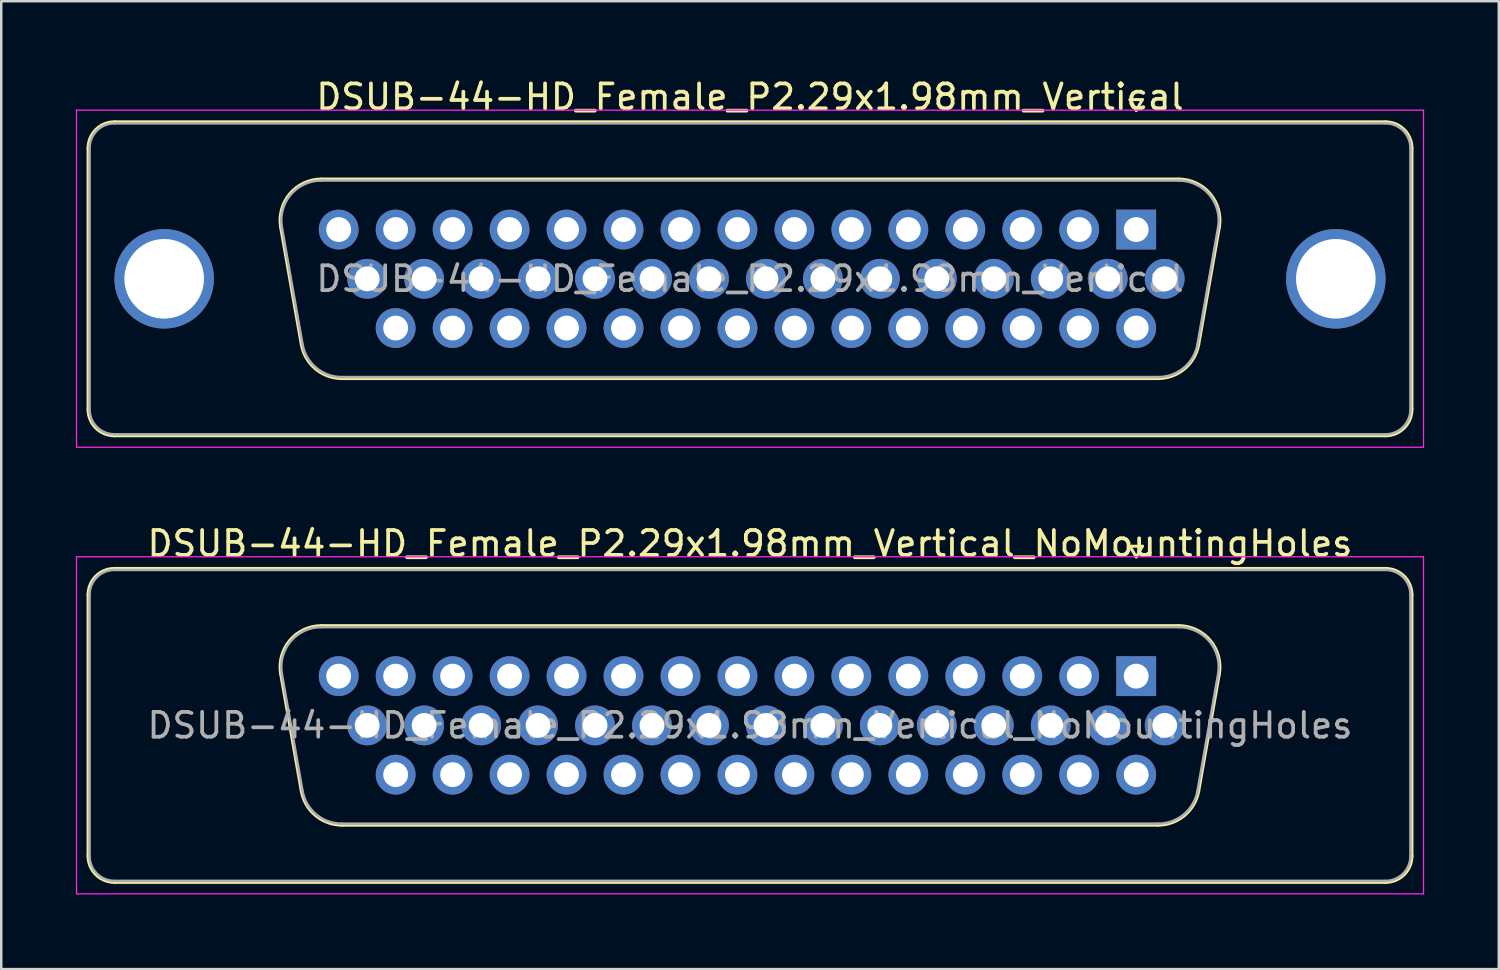
<source format=kicad_pcb>
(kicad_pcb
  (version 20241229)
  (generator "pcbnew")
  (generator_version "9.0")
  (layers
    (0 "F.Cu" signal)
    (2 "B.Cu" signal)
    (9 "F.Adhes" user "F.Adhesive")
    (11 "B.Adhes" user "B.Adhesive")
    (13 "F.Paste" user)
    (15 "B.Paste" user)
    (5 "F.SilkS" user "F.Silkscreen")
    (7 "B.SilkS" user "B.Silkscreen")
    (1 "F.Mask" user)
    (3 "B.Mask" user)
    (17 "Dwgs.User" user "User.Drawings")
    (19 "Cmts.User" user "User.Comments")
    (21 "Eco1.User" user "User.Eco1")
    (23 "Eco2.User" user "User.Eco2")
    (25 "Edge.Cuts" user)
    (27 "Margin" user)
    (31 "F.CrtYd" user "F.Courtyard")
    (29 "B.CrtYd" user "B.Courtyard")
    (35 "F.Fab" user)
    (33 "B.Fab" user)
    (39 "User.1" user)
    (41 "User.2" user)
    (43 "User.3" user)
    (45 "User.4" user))
  (footprint "DSUB-44-HD_Female_P2.29x1.98mm_Vertical"
    (layer "F.Cu")
    (at 42.625 6.178)
    (property "Reference" "DSUB-44-HD_Female_P2.29x1.98mm_Vertical" (at -15.525 -5.33 0) (layer "F.SilkS") (effects (font (size 1 1) (thickness 0.15))))
    (attr through_hole)
    (fp_line (start -42.135 7.23) (end -42.135 -3.27) (stroke (width 0.12) (type solid)) (layer "F.SilkS"))
    (fp_line (start -41.075 -4.33) (end 10.025 -4.33) (stroke (width 0.12) (type solid)) (layer "F.SilkS"))
    (fp_line (start -34.391 -0.082) (end -33.563 4.618) (stroke (width 0.12) (type solid)) (layer "F.SilkS"))
    (fp_line (start -32.757 -2.03) (end 1.707 -2.03) (stroke (width 0.12) (type solid)) (layer "F.SilkS"))
    (fp_line (start -31.928 5.99) (end 0.878 5.99) (stroke (width 0.12) (type solid)) (layer "F.SilkS"))
    (fp_line (start -0.25 -5.224) (end 0.25 -5.224) (stroke (width 0.12) (type solid)) (layer "F.SilkS"))
    (fp_line (start 0 -4.791) (end -0.25 -5.224) (stroke (width 0.12) (type solid)) (layer "F.SilkS"))
    (fp_line (start 0.25 -5.224) (end 0 -4.791) (stroke (width 0.12) (type solid)) (layer "F.SilkS"))
    (fp_line (start 3.341 -0.082) (end 2.513 4.618) (stroke (width 0.12) (type solid)) (layer "F.SilkS"))
    (fp_line (start 10.025 8.29) (end -41.075 8.29) (stroke (width 0.12) (type solid)) (layer "F.SilkS"))
    (fp_line (start 11.085 -3.27) (end 11.085 7.23) (stroke (width 0.12) (type solid)) (layer "F.SilkS"))
    (fp_arc (start -42.135 -3.27) (mid -41.824533 -4.019533) (end -41.075 -4.33) (stroke (width 0.12) (type solid)) (layer "F.SilkS"))
    (fp_arc (start -41.075 8.29) (mid -41.824533 7.979533) (end -42.135 7.23) (stroke (width 0.12) (type solid)) (layer "F.SilkS"))
    (fp_arc (start -34.39147 -0.081744) (mid -34.028323 -1.437028) (end -32.756689 -2.03) (stroke (width 0.12) (type solid)) (layer "F.SilkS"))
    (fp_arc (start -31.927952 5.99) (mid -32.994979 5.601634) (end -33.562733 4.618256) (stroke (width 0.12) (type solid)) (layer "F.SilkS"))
    (fp_arc (start 1.706689 -2.03) (mid 2.978323 -1.437027) (end 3.34147 -0.081744) (stroke (width 0.12) (type solid)) (layer "F.SilkS"))
    (fp_arc (start 2.512733 4.618256) (mid 1.94498 5.601634) (end 0.877952 5.99) (stroke (width 0.12) (type solid)) (layer "F.SilkS"))
    (fp_arc (start 10.025 -4.33) (mid 10.774533 -4.019533) (end 11.085 -3.27) (stroke (width 0.12) (type solid)) (layer "F.SilkS"))
    (fp_arc (start 11.085 7.23) (mid 10.774533 7.979533) (end 10.025 8.29) (stroke (width 0.12) (type solid)) (layer "F.SilkS"))
    (fp_line (start -42.6 -4.8) (end -42.6 8.75) (stroke (width 0.05) (type solid)) (layer "F.CrtYd"))
    (fp_line (start -42.6 8.75) (end 11.55 8.75) (stroke (width 0.05) (type solid)) (layer "F.CrtYd"))
    (fp_line (start 11.55 -4.8) (end -42.6 -4.8) (stroke (width 0.05) (type solid)) (layer "F.CrtYd"))
    (fp_line (start 11.55 8.75) (end 11.55 -4.8) (stroke (width 0.05) (type solid)) (layer "F.CrtYd"))
    (fp_line (start -42.075 7.23) (end -42.075 -3.27) (stroke (width 0.1) (type solid)) (layer "F.Fab"))
    (fp_line (start -41.075 -4.27) (end 10.025 -4.27) (stroke (width 0.1) (type solid)) (layer "F.Fab"))
    (fp_line (start -34.344 -0.092) (end -33.515 4.608) (stroke (width 0.1) (type solid)) (layer "F.Fab"))
    (fp_line (start -32.768 -1.97) (end 1.718 -1.97) (stroke (width 0.1) (type solid)) (layer "F.Fab"))
    (fp_line (start -31.939 5.93) (end 0.889 5.93) (stroke (width 0.1) (type solid)) (layer "F.Fab"))
    (fp_line (start 3.294 -0.092) (end 2.465 4.608) (stroke (width 0.1) (type solid)) (layer "F.Fab"))
    (fp_line (start 10.025 8.23) (end -41.075 8.23) (stroke (width 0.1) (type solid)) (layer "F.Fab"))
    (fp_line (start 11.025 -3.27) (end 11.025 7.23) (stroke (width 0.1) (type solid)) (layer "F.Fab"))
    (fp_arc (start -42.075 -3.27) (mid -41.782107 -3.977107) (end -41.075 -4.27) (stroke (width 0.1) (type solid)) (layer "F.Fab"))
    (fp_arc (start -41.075 8.23) (mid -41.782107 7.937107) (end -42.075 7.23) (stroke (width 0.1) (type solid)) (layer "F.Fab"))
    (fp_arc (start -34.343886 -0.092163) (mid -33.993865 -1.39846) (end -32.768194 -1.97) (stroke (width 0.1) (type solid)) (layer "F.Fab"))
    (fp_arc (start -31.939457 5.93) (mid -32.967917 5.555671) (end -33.515149 4.607837) (stroke (width 0.1) (type solid)) (layer "F.Fab"))
    (fp_arc (start 1.718194 -1.97) (mid 2.943865 -1.39846) (end 3.293886 -0.092163) (stroke (width 0.1) (type solid)) (layer "F.Fab"))
    (fp_arc (start 2.465149 4.607837) (mid 1.917917 5.555671) (end 0.889457 5.93) (stroke (width 0.1) (type solid)) (layer "F.Fab"))
    (fp_arc (start 10.025 -4.27) (mid 10.732107 -3.977107) (end 11.025 -3.27) (stroke (width 0.1) (type solid)) (layer "F.Fab"))
    (fp_arc (start 11.025 7.23) (mid 10.732107 7.937107) (end 10.025 8.23) (stroke (width 0.1) (type solid)) (layer "F.Fab"))
    (fp_text user "${REFERENCE}" (at -15.525 1.98 0) (layer "F.Fab") (effects (font (size 1 1) (thickness 0.15))))
    (pad "0" thru_hole circle (at -39.075 1.98) (size 4 4) (drill 3.2) (layers "*.Cu" "*.Mask"))
    (pad "0" thru_hole circle (at 8.025 1.98) (size 4 4) (drill 3.2) (layers "*.Cu" "*.Mask"))
    (pad "1" thru_hole rect (at 0 0) (size 1.6 1.6) (drill 1) (layers "*.Cu" "*.Mask"))
    (pad "2" thru_hole circle (at -2.29 0) (size 1.6 1.6) (drill 1) (layers "*.Cu" "*.Mask"))
    (pad "3" thru_hole circle (at -4.58 0) (size 1.6 1.6) (drill 1) (layers "*.Cu" "*.Mask"))
    (pad "4" thru_hole circle (at -6.87 0) (size 1.6 1.6) (drill 1) (layers "*.Cu" "*.Mask"))
    (pad "5" thru_hole circle (at -9.16 0) (size 1.6 1.6) (drill 1) (layers "*.Cu" "*.Mask"))
    (pad "6" thru_hole circle (at -11.45 0) (size 1.6 1.6) (drill 1) (layers "*.Cu" "*.Mask"))
    (pad "7" thru_hole circle (at -13.74 0) (size 1.6 1.6) (drill 1) (layers "*.Cu" "*.Mask"))
    (pad "8" thru_hole circle (at -16.03 0) (size 1.6 1.6) (drill 1) (layers "*.Cu" "*.Mask"))
    (pad "9" thru_hole circle (at -18.32 0) (size 1.6 1.6) (drill 1) (layers "*.Cu" "*.Mask"))
    (pad "10" thru_hole circle (at -20.61 0) (size 1.6 1.6) (drill 1) (layers "*.Cu" "*.Mask"))
    (pad "11" thru_hole circle (at -22.9 0) (size 1.6 1.6) (drill 1) (layers "*.Cu" "*.Mask"))
    (pad "12" thru_hole circle (at -25.19 0) (size 1.6 1.6) (drill 1) (layers "*.Cu" "*.Mask"))
    (pad "13" thru_hole circle (at -27.48 0) (size 1.6 1.6) (drill 1) (layers "*.Cu" "*.Mask"))
    (pad "14" thru_hole circle (at -29.77 0) (size 1.6 1.6) (drill 1) (layers "*.Cu" "*.Mask"))
    (pad "15" thru_hole circle (at -32.06 0) (size 1.6 1.6) (drill 1) (layers "*.Cu" "*.Mask"))
    (pad "16" thru_hole circle (at 1.145 1.98) (size 1.6 1.6) (drill 1) (layers "*.Cu" "*.Mask"))
    (pad "17" thru_hole circle (at -1.145 1.98) (size 1.6 1.6) (drill 1) (layers "*.Cu" "*.Mask"))
    (pad "18" thru_hole circle (at -3.435 1.98) (size 1.6 1.6) (drill 1) (layers "*.Cu" "*.Mask"))
    (pad "19" thru_hole circle (at -5.725 1.98) (size 1.6 1.6) (drill 1) (layers "*.Cu" "*.Mask"))
    (pad "20" thru_hole circle (at -8.015 1.98) (size 1.6 1.6) (drill 1) (layers "*.Cu" "*.Mask"))
    (pad "21" thru_hole circle (at -10.305 1.98) (size 1.6 1.6) (drill 1) (layers "*.Cu" "*.Mask"))
    (pad "22" thru_hole circle (at -12.595 1.98) (size 1.6 1.6) (drill 1) (layers "*.Cu" "*.Mask"))
    (pad "23" thru_hole circle (at -14.885 1.98) (size 1.6 1.6) (drill 1) (layers "*.Cu" "*.Mask"))
    (pad "24" thru_hole circle (at -17.175 1.98) (size 1.6 1.6) (drill 1) (layers "*.Cu" "*.Mask"))
    (pad "25" thru_hole circle (at -19.465 1.98) (size 1.6 1.6) (drill 1) (layers "*.Cu" "*.Mask"))
    (pad "26" thru_hole circle (at -21.755 1.98) (size 1.6 1.6) (drill 1) (layers "*.Cu" "*.Mask"))
    (pad "27" thru_hole circle (at -24.045 1.98) (size 1.6 1.6) (drill 1) (layers "*.Cu" "*.Mask"))
    (pad "28" thru_hole circle (at -26.335 1.98) (size 1.6 1.6) (drill 1) (layers "*.Cu" "*.Mask"))
    (pad "29" thru_hole circle (at -28.625 1.98) (size 1.6 1.6) (drill 1) (layers "*.Cu" "*.Mask"))
    (pad "30" thru_hole circle (at -30.915 1.98) (size 1.6 1.6) (drill 1) (layers "*.Cu" "*.Mask"))
    (pad "31" thru_hole circle (at 0 3.96) (size 1.6 1.6) (drill 1) (layers "*.Cu" "*.Mask"))
    (pad "32" thru_hole circle (at -2.29 3.96) (size 1.6 1.6) (drill 1) (layers "*.Cu" "*.Mask"))
    (pad "33" thru_hole circle (at -4.58 3.96) (size 1.6 1.6) (drill 1) (layers "*.Cu" "*.Mask"))
    (pad "34" thru_hole circle (at -6.87 3.96) (size 1.6 1.6) (drill 1) (layers "*.Cu" "*.Mask"))
    (pad "35" thru_hole circle (at -9.16 3.96) (size 1.6 1.6) (drill 1) (layers "*.Cu" "*.Mask"))
    (pad "36" thru_hole circle (at -11.45 3.96) (size 1.6 1.6) (drill 1) (layers "*.Cu" "*.Mask"))
    (pad "37" thru_hole circle (at -13.74 3.96) (size 1.6 1.6) (drill 1) (layers "*.Cu" "*.Mask"))
    (pad "38" thru_hole circle (at -16.03 3.96) (size 1.6 1.6) (drill 1) (layers "*.Cu" "*.Mask"))
    (pad "39" thru_hole circle (at -18.32 3.96) (size 1.6 1.6) (drill 1) (layers "*.Cu" "*.Mask"))
    (pad "40" thru_hole circle (at -20.61 3.96) (size 1.6 1.6) (drill 1) (layers "*.Cu" "*.Mask"))
    (pad "41" thru_hole circle (at -22.9 3.96) (size 1.6 1.6) (drill 1) (layers "*.Cu" "*.Mask"))
    (pad "42" thru_hole circle (at -25.19 3.96) (size 1.6 1.6) (drill 1) (layers "*.Cu" "*.Mask"))
    (pad "43" thru_hole circle (at -27.48 3.96) (size 1.6 1.6) (drill 1) (layers "*.Cu" "*.Mask"))
    (pad "44" thru_hole circle (at -29.77 3.96) (size 1.6 1.6) (drill 1) (layers "*.Cu" "*.Mask")))
  (footprint "DSUB-44-HD_Female_P2.29x1.98mm_Vertical_NoMountingHoles"
    (layer "F.Cu")
    (at 42.625 24.131)
    (property "Reference" "DSUB-44-HD_Female_P2.29x1.98mm_Vertical_NoMountingHoles" (at -15.525 -5.33 0) (layer "F.SilkS") (effects (font (size 1 1) (thickness 0.15))))
    (attr through_hole)
    (fp_line (start -42.135 7.23) (end -42.135 -3.27) (stroke (width 0.12) (type solid)) (layer "F.SilkS"))
    (fp_line (start -41.075 -4.33) (end 10.025 -4.33) (stroke (width 0.12) (type solid)) (layer "F.SilkS"))
    (fp_line (start -34.391 -0.082) (end -33.563 4.618) (stroke (width 0.12) (type solid)) (layer "F.SilkS"))
    (fp_line (start -32.757 -2.03) (end 1.707 -2.03) (stroke (width 0.12) (type solid)) (layer "F.SilkS"))
    (fp_line (start -31.928 5.99) (end 0.878 5.99) (stroke (width 0.12) (type solid)) (layer "F.SilkS"))
    (fp_line (start -0.25 -5.224) (end 0.25 -5.224) (stroke (width 0.12) (type solid)) (layer "F.SilkS"))
    (fp_line (start 0 -4.791) (end -0.25 -5.224) (stroke (width 0.12) (type solid)) (layer "F.SilkS"))
    (fp_line (start 0.25 -5.224) (end 0 -4.791) (stroke (width 0.12) (type solid)) (layer "F.SilkS"))
    (fp_line (start 3.341 -0.082) (end 2.513 4.618) (stroke (width 0.12) (type solid)) (layer "F.SilkS"))
    (fp_line (start 10.025 8.29) (end -41.075 8.29) (stroke (width 0.12) (type solid)) (layer "F.SilkS"))
    (fp_line (start 11.085 -3.27) (end 11.085 7.23) (stroke (width 0.12) (type solid)) (layer "F.SilkS"))
    (fp_arc (start -42.135 -3.27) (mid -41.824533 -4.019533) (end -41.075 -4.33) (stroke (width 0.12) (type solid)) (layer "F.SilkS"))
    (fp_arc (start -41.075 8.29) (mid -41.824533 7.979533) (end -42.135 7.23) (stroke (width 0.12) (type solid)) (layer "F.SilkS"))
    (fp_arc (start -34.39147 -0.081744) (mid -34.028323 -1.437028) (end -32.756689 -2.03) (stroke (width 0.12) (type solid)) (layer "F.SilkS"))
    (fp_arc (start -31.927952 5.99) (mid -32.994979 5.601634) (end -33.562733 4.618256) (stroke (width 0.12) (type solid)) (layer "F.SilkS"))
    (fp_arc (start 1.706689 -2.03) (mid 2.978323 -1.437027) (end 3.34147 -0.081744) (stroke (width 0.12) (type solid)) (layer "F.SilkS"))
    (fp_arc (start 2.512733 4.618256) (mid 1.94498 5.601634) (end 0.877952 5.99) (stroke (width 0.12) (type solid)) (layer "F.SilkS"))
    (fp_arc (start 10.025 -4.33) (mid 10.774533 -4.019533) (end 11.085 -3.27) (stroke (width 0.12) (type solid)) (layer "F.SilkS"))
    (fp_arc (start 11.085 7.23) (mid 10.774533 7.979533) (end 10.025 8.29) (stroke (width 0.12) (type solid)) (layer "F.SilkS"))
    (fp_line (start -42.6 -4.8) (end -42.6 8.75) (stroke (width 0.05) (type solid)) (layer "F.CrtYd"))
    (fp_line (start -42.6 8.75) (end 11.55 8.75) (stroke (width 0.05) (type solid)) (layer "F.CrtYd"))
    (fp_line (start 11.55 -4.8) (end -42.6 -4.8) (stroke (width 0.05) (type solid)) (layer "F.CrtYd"))
    (fp_line (start 11.55 8.75) (end 11.55 -4.8) (stroke (width 0.05) (type solid)) (layer "F.CrtYd"))
    (fp_line (start -42.075 7.23) (end -42.075 -3.27) (stroke (width 0.1) (type solid)) (layer "F.Fab"))
    (fp_line (start -41.075 -4.27) (end 10.025 -4.27) (stroke (width 0.1) (type solid)) (layer "F.Fab"))
    (fp_line (start -34.344 -0.092) (end -33.515 4.608) (stroke (width 0.1) (type solid)) (layer "F.Fab"))
    (fp_line (start -32.768 -1.97) (end 1.718 -1.97) (stroke (width 0.1) (type solid)) (layer "F.Fab"))
    (fp_line (start -31.939 5.93) (end 0.889 5.93) (stroke (width 0.1) (type solid)) (layer "F.Fab"))
    (fp_line (start 3.294 -0.092) (end 2.465 4.608) (stroke (width 0.1) (type solid)) (layer "F.Fab"))
    (fp_line (start 10.025 8.23) (end -41.075 8.23) (stroke (width 0.1) (type solid)) (layer "F.Fab"))
    (fp_line (start 11.025 -3.27) (end 11.025 7.23) (stroke (width 0.1) (type solid)) (layer "F.Fab"))
    (fp_arc (start -42.075 -3.27) (mid -41.782107 -3.977107) (end -41.075 -4.27) (stroke (width 0.1) (type solid)) (layer "F.Fab"))
    (fp_arc (start -41.075 8.23) (mid -41.782107 7.937107) (end -42.075 7.23) (stroke (width 0.1) (type solid)) (layer "F.Fab"))
    (fp_arc (start -34.343886 -0.092163) (mid -33.993865 -1.39846) (end -32.768194 -1.97) (stroke (width 0.1) (type solid)) (layer "F.Fab"))
    (fp_arc (start -31.939457 5.93) (mid -32.967917 5.555671) (end -33.515149 4.607837) (stroke (width 0.1) (type solid)) (layer "F.Fab"))
    (fp_arc (start 1.718194 -1.97) (mid 2.943865 -1.39846) (end 3.293886 -0.092163) (stroke (width 0.1) (type solid)) (layer "F.Fab"))
    (fp_arc (start 2.465149 4.607837) (mid 1.917917 5.555671) (end 0.889457 5.93) (stroke (width 0.1) (type solid)) (layer "F.Fab"))
    (fp_arc (start 10.025 -4.27) (mid 10.732107 -3.977107) (end 11.025 -3.27) (stroke (width 0.1) (type solid)) (layer "F.Fab"))
    (fp_arc (start 11.025 7.23) (mid 10.732107 7.937107) (end 10.025 8.23) (stroke (width 0.1) (type solid)) (layer "F.Fab"))
    (fp_text user "${REFERENCE}" (at -15.525 1.98 0) (layer "F.Fab") (effects (font (size 1 1) (thickness 0.15))))
    (pad "1" thru_hole rect (at 0 0) (size 1.6 1.6) (drill 1) (layers "*.Cu" "*.Mask"))
    (pad "2" thru_hole circle (at -2.29 0) (size 1.6 1.6) (drill 1) (layers "*.Cu" "*.Mask"))
    (pad "3" thru_hole circle (at -4.58 0) (size 1.6 1.6) (drill 1) (layers "*.Cu" "*.Mask"))
    (pad "4" thru_hole circle (at -6.87 0) (size 1.6 1.6) (drill 1) (layers "*.Cu" "*.Mask"))
    (pad "5" thru_hole circle (at -9.16 0) (size 1.6 1.6) (drill 1) (layers "*.Cu" "*.Mask"))
    (pad "6" thru_hole circle (at -11.45 0) (size 1.6 1.6) (drill 1) (layers "*.Cu" "*.Mask"))
    (pad "7" thru_hole circle (at -13.74 0) (size 1.6 1.6) (drill 1) (layers "*.Cu" "*.Mask"))
    (pad "8" thru_hole circle (at -16.03 0) (size 1.6 1.6) (drill 1) (layers "*.Cu" "*.Mask"))
    (pad "9" thru_hole circle (at -18.32 0) (size 1.6 1.6) (drill 1) (layers "*.Cu" "*.Mask"))
    (pad "10" thru_hole circle (at -20.61 0) (size 1.6 1.6) (drill 1) (layers "*.Cu" "*.Mask"))
    (pad "11" thru_hole circle (at -22.9 0) (size 1.6 1.6) (drill 1) (layers "*.Cu" "*.Mask"))
    (pad "12" thru_hole circle (at -25.19 0) (size 1.6 1.6) (drill 1) (layers "*.Cu" "*.Mask"))
    (pad "13" thru_hole circle (at -27.48 0) (size 1.6 1.6) (drill 1) (layers "*.Cu" "*.Mask"))
    (pad "14" thru_hole circle (at -29.77 0) (size 1.6 1.6) (drill 1) (layers "*.Cu" "*.Mask"))
    (pad "15" thru_hole circle (at -32.06 0) (size 1.6 1.6) (drill 1) (layers "*.Cu" "*.Mask"))
    (pad "16" thru_hole circle (at 1.145 1.98) (size 1.6 1.6) (drill 1) (layers "*.Cu" "*.Mask"))
    (pad "17" thru_hole circle (at -1.145 1.98) (size 1.6 1.6) (drill 1) (layers "*.Cu" "*.Mask"))
    (pad "18" thru_hole circle (at -3.435 1.98) (size 1.6 1.6) (drill 1) (layers "*.Cu" "*.Mask"))
    (pad "19" thru_hole circle (at -5.725 1.98) (size 1.6 1.6) (drill 1) (layers "*.Cu" "*.Mask"))
    (pad "20" thru_hole circle (at -8.015 1.98) (size 1.6 1.6) (drill 1) (layers "*.Cu" "*.Mask"))
    (pad "21" thru_hole circle (at -10.305 1.98) (size 1.6 1.6) (drill 1) (layers "*.Cu" "*.Mask"))
    (pad "22" thru_hole circle (at -12.595 1.98) (size 1.6 1.6) (drill 1) (layers "*.Cu" "*.Mask"))
    (pad "23" thru_hole circle (at -14.885 1.98) (size 1.6 1.6) (drill 1) (layers "*.Cu" "*.Mask"))
    (pad "24" thru_hole circle (at -17.175 1.98) (size 1.6 1.6) (drill 1) (layers "*.Cu" "*.Mask"))
    (pad "25" thru_hole circle (at -19.465 1.98) (size 1.6 1.6) (drill 1) (layers "*.Cu" "*.Mask"))
    (pad "26" thru_hole circle (at -21.755 1.98) (size 1.6 1.6) (drill 1) (layers "*.Cu" "*.Mask"))
    (pad "27" thru_hole circle (at -24.045 1.98) (size 1.6 1.6) (drill 1) (layers "*.Cu" "*.Mask"))
    (pad "28" thru_hole circle (at -26.335 1.98) (size 1.6 1.6) (drill 1) (layers "*.Cu" "*.Mask"))
    (pad "29" thru_hole circle (at -28.625 1.98) (size 1.6 1.6) (drill 1) (layers "*.Cu" "*.Mask"))
    (pad "30" thru_hole circle (at -30.915 1.98) (size 1.6 1.6) (drill 1) (layers "*.Cu" "*.Mask"))
    (pad "31" thru_hole circle (at 0 3.96) (size 1.6 1.6) (drill 1) (layers "*.Cu" "*.Mask"))
    (pad "32" thru_hole circle (at -2.29 3.96) (size 1.6 1.6) (drill 1) (layers "*.Cu" "*.Mask"))
    (pad "33" thru_hole circle (at -4.58 3.96) (size 1.6 1.6) (drill 1) (layers "*.Cu" "*.Mask"))
    (pad "34" thru_hole circle (at -6.87 3.96) (size 1.6 1.6) (drill 1) (layers "*.Cu" "*.Mask"))
    (pad "35" thru_hole circle (at -9.16 3.96) (size 1.6 1.6) (drill 1) (layers "*.Cu" "*.Mask"))
    (pad "36" thru_hole circle (at -11.45 3.96) (size 1.6 1.6) (drill 1) (layers "*.Cu" "*.Mask"))
    (pad "37" thru_hole circle (at -13.74 3.96) (size 1.6 1.6) (drill 1) (layers "*.Cu" "*.Mask"))
    (pad "38" thru_hole circle (at -16.03 3.96) (size 1.6 1.6) (drill 1) (layers "*.Cu" "*.Mask"))
    (pad "39" thru_hole circle (at -18.32 3.96) (size 1.6 1.6) (drill 1) (layers "*.Cu" "*.Mask"))
    (pad "40" thru_hole circle (at -20.61 3.96) (size 1.6 1.6) (drill 1) (layers "*.Cu" "*.Mask"))
    (pad "41" thru_hole circle (at -22.9 3.96) (size 1.6 1.6) (drill 1) (layers "*.Cu" "*.Mask"))
    (pad "42" thru_hole circle (at -25.19 3.96) (size 1.6 1.6) (drill 1) (layers "*.Cu" "*.Mask"))
    (pad "43" thru_hole circle (at -27.48 3.96) (size 1.6 1.6) (drill 1) (layers "*.Cu" "*.Mask"))
    (pad "44" thru_hole circle (at -29.77 3.96) (size 1.6 1.6) (drill 1) (layers "*.Cu" "*.Mask")))
  (gr_rect
    (start -3 -3)
    (end 57.2 35.907)
    (stroke (width 0.1) (type default))
    (fill no)
    (layer "Edge.Cuts")))
</source>
